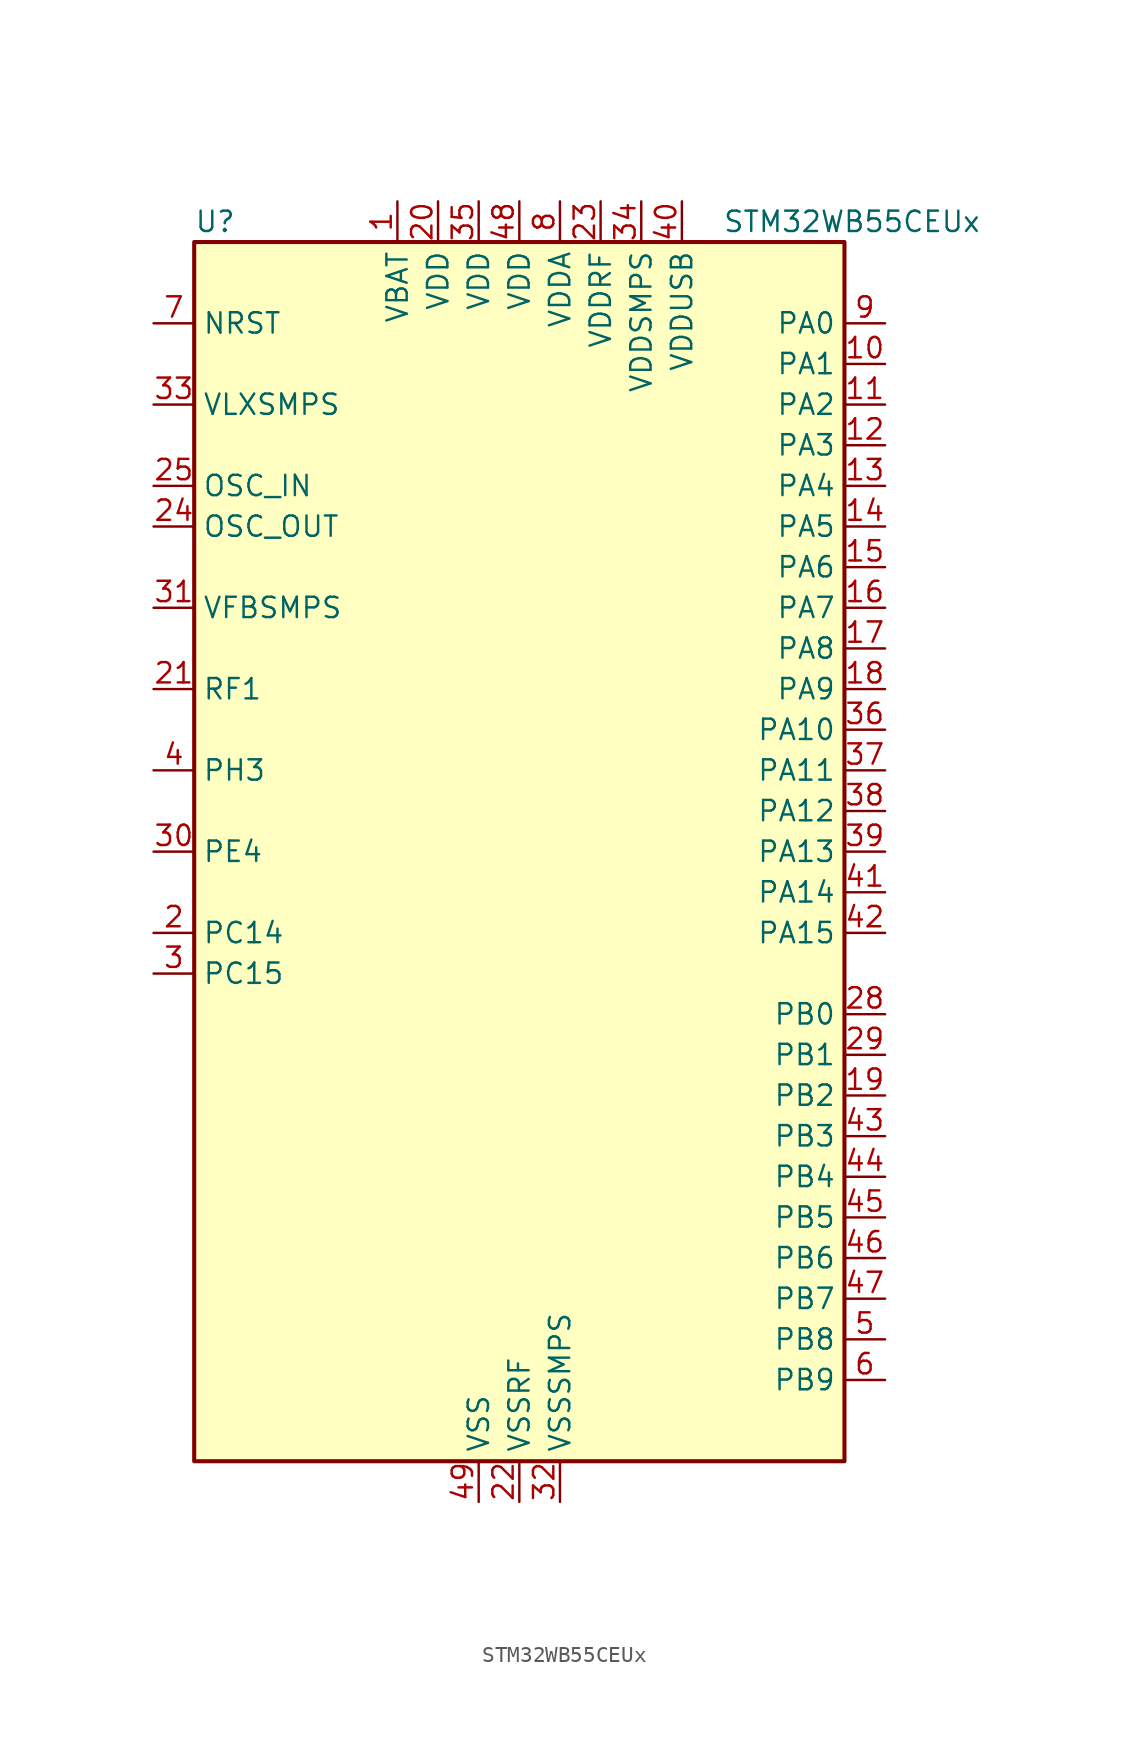
<source format=kicad_sym>
(kicad_symbol_lib
  (version 20241209)
  (generator "kicad_symbol_editor")
  (generator_version "9.0")
  (symbol "STM32WB55CEUx"
    (property "Reference" "U"
      (at -20.32 39.37 0)
      (effects (font (size 1.27 1.27)) (justify left)))
    (property "Value" "STM32WB55CEUx"
      (at 12.7 39.37 0)
      (effects (font (size 1.27 1.27)) (justify left)))
    (symbol "STM32WB55CEUx_0_1"
      (rectangle (start -20.32 -38.1) (end 20.32 38.1) (stroke (width 0.254) (type default)) (fill (type background))))
    (symbol "STM32WB55CEUx_1_1"
      (pin input line (at -22.86 33.02 0) (length 2.54) (name "NRST" (effects (font (size 1.27 1.27)))) (number "7" (effects (font (size 1.27 1.27)))))
      (pin power_in line (at -22.86 27.94 0) (length 2.54) (name "VLXSMPS" (effects (font (size 1.27 1.27)))) (number "33" (effects (font (size 1.27 1.27)))))
      (pin input line (at -22.86 22.86 0) (length 2.54) (name "OSC_IN" (effects (font (size 1.27 1.27)))) (number "25" (effects (font (size 1.27 1.27)))) (alternate "RCC_OSC_IN" bidirectional line))
      (pin input line (at -22.86 20.32 0) (length 2.54) (name "OSC_OUT" (effects (font (size 1.27 1.27)))) (number "24" (effects (font (size 1.27 1.27)))) (alternate "RCC_OSC_OUT" bidirectional line))
      (pin input line (at -22.86 15.24 0) (length 2.54) (name "VFBSMPS" (effects (font (size 1.27 1.27)))) (number "31" (effects (font (size 1.27 1.27)))))
      (pin bidirectional line (at -22.86 10.16 0) (length 2.54) (name "RF1" (effects (font (size 1.27 1.27)))) (number "21" (effects (font (size 1.27 1.27)))) (alternate "RF_RF1" bidirectional line))
      (pin bidirectional line (at -22.86 5.08 0) (length 2.54) (name "PH3" (effects (font (size 1.27 1.27)))) (number "4" (effects (font (size 1.27 1.27)))) (alternate "RCC_LSCO" bidirectional line))
      (pin bidirectional line (at -22.86 0 0) (length 2.54) (name "PE4" (effects (font (size 1.27 1.27)))) (number "30" (effects (font (size 1.27 1.27)))))
      (pin bidirectional line (at -22.86 -5.08 0) (length 2.54) (name "PC14" (effects (font (size 1.27 1.27)))) (number "2" (effects (font (size 1.27 1.27)))) (alternate "RCC_OSC32_IN" bidirectional line))
      (pin bidirectional line (at -22.86 -7.62 0) (length 2.54) (name "PC15" (effects (font (size 1.27 1.27)))) (number "3" (effects (font (size 1.27 1.27)))) (alternate "ADC1_EXTI15" bidirectional line) (alternate "RCC_OSC32_OUT" bidirectional line))
      (pin no_connect line (at -20.32 -35.56 0) (length 2.54) (hide yes) (name "AT1" (effects (font (size 1.27 1.27)))) (number "27" (effects (font (size 1.27 1.27)))))
      (pin no_connect line (at -20.32 -38.1 0) (length 2.54) (hide yes) (name "AT0" (effects (font (size 1.27 1.27)))) (number "26" (effects (font (size 1.27 1.27)))))
      (pin power_in line (at -7.62 40.64 270) (length 2.54) (name "VBAT" (effects (font (size 1.27 1.27)))) (number "1" (effects (font (size 1.27 1.27)))))
      (pin power_in line (at -5.08 40.64 270) (length 2.54) (name "VDD" (effects (font (size 1.27 1.27)))) (number "20" (effects (font (size 1.27 1.27)))))
      (pin power_in line (at -2.54 40.64 270) (length 2.54) (name "VDD" (effects (font (size 1.27 1.27)))) (number "35" (effects (font (size 1.27 1.27)))))
      (pin power_in line (at -2.54 -40.64 90) (length 2.54) (name "VSS" (effects (font (size 1.27 1.27)))) (number "49" (effects (font (size 1.27 1.27)))))
      (pin power_in line (at 0 40.64 270) (length 2.54) (name "VDD" (effects (font (size 1.27 1.27)))) (number "48" (effects (font (size 1.27 1.27)))))
      (pin power_in line (at 0 -40.64 90) (length 2.54) (name "VSSRF" (effects (font (size 1.27 1.27)))) (number "22" (effects (font (size 1.27 1.27)))))
      (pin power_in line (at 2.54 40.64 270) (length 2.54) (name "VDDA" (effects (font (size 1.27 1.27)))) (number "8" (effects (font (size 1.27 1.27)))))
      (pin power_in line (at 2.54 -40.64 90) (length 2.54) (name "VSSSMPS" (effects (font (size 1.27 1.27)))) (number "32" (effects (font (size 1.27 1.27)))))
      (pin power_in line (at 5.08 40.64 270) (length 2.54) (name "VDDRF" (effects (font (size 1.27 1.27)))) (number "23" (effects (font (size 1.27 1.27)))))
      (pin power_in line (at 7.62 40.64 270) (length 2.54) (name "VDDSMPS" (effects (font (size 1.27 1.27)))) (number "34" (effects (font (size 1.27 1.27)))))
      (pin power_in line (at 10.16 40.64 270) (length 2.54) (name "VDDUSB" (effects (font (size 1.27 1.27)))) (number "40" (effects (font (size 1.27 1.27)))))
      (pin bidirectional line (at 22.86 33.02 180) (length 2.54) (name "PA0" (effects (font (size 1.27 1.27)))) (number "9" (effects (font (size 1.27 1.27)))) (alternate "ADC1_IN5" bidirectional line) (alternate "COMP1_INM" bidirectional line) (alternate "COMP1_OUT" bidirectional line) (alternate "RTC_TAMP2" bidirectional line) (alternate "SAI1_EXTCLK" bidirectional line) (alternate "SYS_WKUP1" bidirectional line) (alternate "TIM2_CH1" bidirectional line) (alternate "TIM2_ETR" bidirectional line))
      (pin bidirectional line (at 22.86 30.48 180) (length 2.54) (name "PA1" (effects (font (size 1.27 1.27)))) (number "10" (effects (font (size 1.27 1.27)))) (alternate "ADC1_IN6" bidirectional line) (alternate "COMP1_INP" bidirectional line) (alternate "I2C1_SMBA" bidirectional line) (alternate "LCD_SEG0" bidirectional line) (alternate "SPI1_SCK" bidirectional line) (alternate "TIM2_CH2" bidirectional line))
      (pin bidirectional line (at 22.86 27.94 180) (length 2.54) (name "PA2" (effects (font (size 1.27 1.27)))) (number "11" (effects (font (size 1.27 1.27)))) (alternate "ADC1_IN7" bidirectional line) (alternate "COMP2_INM" bidirectional line) (alternate "COMP2_OUT" bidirectional line) (alternate "LCD_SEG1" bidirectional line) (alternate "LPUART1_TX" bidirectional line) (alternate "QUADSPI_BK1_NCS" bidirectional line) (alternate "RCC_LSCO" bidirectional line) (alternate "SYS_WKUP4" bidirectional line) (alternate "TIM2_CH3" bidirectional line))
      (pin bidirectional line (at 22.86 25.4 180) (length 2.54) (name "PA3" (effects (font (size 1.27 1.27)))) (number "12" (effects (font (size 1.27 1.27)))) (alternate "ADC1_IN8" bidirectional line) (alternate "COMP2_INP" bidirectional line) (alternate "LCD_SEG2" bidirectional line) (alternate "LPUART1_RX" bidirectional line) (alternate "QUADSPI_CLK" bidirectional line) (alternate "SAI1_CK1" bidirectional line) (alternate "SAI1_MCLK_A" bidirectional line) (alternate "TIM2_CH4" bidirectional line))
      (pin bidirectional line (at 22.86 22.86 180) (length 2.54) (name "PA4" (effects (font (size 1.27 1.27)))) (number "13" (effects (font (size 1.27 1.27)))) (alternate "ADC1_IN9" bidirectional line) (alternate "COMP1_INM" bidirectional line) (alternate "COMP2_INM" bidirectional line) (alternate "LCD_SEG5" bidirectional line) (alternate "LPTIM2_OUT" bidirectional line) (alternate "SAI1_FS_B" bidirectional line) (alternate "SPI1_NSS" bidirectional line))
      (pin bidirectional line (at 22.86 20.32 180) (length 2.54) (name "PA5" (effects (font (size 1.27 1.27)))) (number "14" (effects (font (size 1.27 1.27)))) (alternate "ADC1_IN10" bidirectional line) (alternate "COMP1_INM" bidirectional line) (alternate "COMP2_INM" bidirectional line) (alternate "LPTIM2_ETR" bidirectional line) (alternate "SAI1_SD_B" bidirectional line) (alternate "SPI1_SCK" bidirectional line) (alternate "TIM2_CH1" bidirectional line) (alternate "TIM2_ETR" bidirectional line))
      (pin bidirectional line (at 22.86 17.78 180) (length 2.54) (name "PA6" (effects (font (size 1.27 1.27)))) (number "15" (effects (font (size 1.27 1.27)))) (alternate "ADC1_IN11" bidirectional line) (alternate "LCD_SEG3" bidirectional line) (alternate "LPUART1_CTS" bidirectional line) (alternate "QUADSPI_BK1_IO3" bidirectional line) (alternate "SPI1_MISO" bidirectional line) (alternate "TIM16_CH1" bidirectional line) (alternate "TIM1_BKIN" bidirectional line))
      (pin bidirectional line (at 22.86 15.24 180) (length 2.54) (name "PA7" (effects (font (size 1.27 1.27)))) (number "16" (effects (font (size 1.27 1.27)))) (alternate "ADC1_IN12" bidirectional line) (alternate "COMP2_OUT" bidirectional line) (alternate "I2C3_SCL" bidirectional line) (alternate "LCD_SEG4" bidirectional line) (alternate "QUADSPI_BK1_IO2" bidirectional line) (alternate "SPI1_MOSI" bidirectional line) (alternate "TIM17_CH1" bidirectional line) (alternate "TIM1_CH1N" bidirectional line))
      (pin bidirectional line (at 22.86 12.7 180) (length 2.54) (name "PA8" (effects (font (size 1.27 1.27)))) (number "17" (effects (font (size 1.27 1.27)))) (alternate "ADC1_IN15" bidirectional line) (alternate "LCD_COM0" bidirectional line) (alternate "LPTIM2_OUT" bidirectional line) (alternate "RCC_MCO" bidirectional line) (alternate "SAI1_CK2" bidirectional line) (alternate "SAI1_SCK_A" bidirectional line) (alternate "TIM1_CH1" bidirectional line) (alternate "USART1_CK" bidirectional line))
      (pin bidirectional line (at 22.86 10.16 180) (length 2.54) (name "PA9" (effects (font (size 1.27 1.27)))) (number "18" (effects (font (size 1.27 1.27)))) (alternate "ADC1_IN16" bidirectional line) (alternate "COMP1_INM" bidirectional line) (alternate "I2C1_SCL" bidirectional line) (alternate "LCD_COM1" bidirectional line) (alternate "SAI1_D2" bidirectional line) (alternate "SAI1_FS_A" bidirectional line) (alternate "TIM1_CH2" bidirectional line) (alternate "USART1_TX" bidirectional line))
      (pin bidirectional line (at 22.86 7.62 180) (length 2.54) (name "PA10" (effects (font (size 1.27 1.27)))) (number "36" (effects (font (size 1.27 1.27)))) (alternate "CRS_SYNC" bidirectional line) (alternate "I2C1_SDA" bidirectional line) (alternate "LCD_COM2" bidirectional line) (alternate "SAI1_D1" bidirectional line) (alternate "SAI1_SD_A" bidirectional line) (alternate "TIM17_BKIN" bidirectional line) (alternate "TIM1_CH3" bidirectional line) (alternate "USART1_RX" bidirectional line))
      (pin bidirectional line (at 22.86 5.08 180) (length 2.54) (name "PA11" (effects (font (size 1.27 1.27)))) (number "37" (effects (font (size 1.27 1.27)))) (alternate "ADC1_EXTI11" bidirectional line) (alternate "SPI1_MISO" bidirectional line) (alternate "TIM1_BKIN2" bidirectional line) (alternate "TIM1_CH4" bidirectional line) (alternate "USART1_CTS" bidirectional line) (alternate "USART1_NSS" bidirectional line) (alternate "USB_DM" bidirectional line))
      (pin bidirectional line (at 22.86 2.54 180) (length 2.54) (name "PA12" (effects (font (size 1.27 1.27)))) (number "38" (effects (font (size 1.27 1.27)))) (alternate "LPUART1_RX" bidirectional line) (alternate "SPI1_MOSI" bidirectional line) (alternate "TIM1_ETR" bidirectional line) (alternate "USART1_DE" bidirectional line) (alternate "USART1_RTS" bidirectional line) (alternate "USB_DP" bidirectional line))
      (pin bidirectional line (at 22.86 0 180) (length 2.54) (name "PA13" (effects (font (size 1.27 1.27)))) (number "39" (effects (font (size 1.27 1.27)))) (alternate "IR_OUT" bidirectional line) (alternate "SAI1_SD_B" bidirectional line) (alternate "SYS_JTMS-SWDIO" bidirectional line) (alternate "USB_NOE" bidirectional line))
      (pin bidirectional line (at 22.86 -2.54 180) (length 2.54) (name "PA14" (effects (font (size 1.27 1.27)))) (number "41" (effects (font (size 1.27 1.27)))) (alternate "I2C1_SMBA" bidirectional line) (alternate "LCD_SEG5" bidirectional line) (alternate "LPTIM1_OUT" bidirectional line) (alternate "SAI1_FS_B" bidirectional line) (alternate "SYS_JTCK-SWCLK" bidirectional line))
      (pin bidirectional line (at 22.86 -5.08 180) (length 2.54) (name "PA15" (effects (font (size 1.27 1.27)))) (number "42" (effects (font (size 1.27 1.27)))) (alternate "ADC1_EXTI15" bidirectional line) (alternate "LCD_SEG17" bidirectional line) (alternate "RCC_MCO" bidirectional line) (alternate "SPI1_NSS" bidirectional line) (alternate "SYS_JTDI" bidirectional line) (alternate "TIM2_CH1" bidirectional line) (alternate "TIM2_ETR" bidirectional line))
      (pin bidirectional line (at 22.86 -10.16 180) (length 2.54) (name "PB0" (effects (font (size 1.27 1.27)))) (number "28" (effects (font (size 1.27 1.27)))) (alternate "COMP1_OUT" bidirectional line) (alternate "RF_TX_MOD_EXT_PA" bidirectional line))
      (pin bidirectional line (at 22.86 -12.7 180) (length 2.54) (name "PB1" (effects (font (size 1.27 1.27)))) (number "29" (effects (font (size 1.27 1.27)))) (alternate "LPTIM2_IN1" bidirectional line) (alternate "LPUART1_DE" bidirectional line) (alternate "LPUART1_RTS" bidirectional line))
      (pin bidirectional line (at 22.86 -15.24 180) (length 2.54) (name "PB2" (effects (font (size 1.27 1.27)))) (number "19" (effects (font (size 1.27 1.27)))) (alternate "COMP1_INP" bidirectional line) (alternate "I2C3_SMBA" bidirectional line) (alternate "LCD_VLCD" bidirectional line) (alternate "LPTIM1_OUT" bidirectional line) (alternate "RTC_OUT2" bidirectional line) (alternate "SAI1_EXTCLK" bidirectional line) (alternate "SPI1_NSS" bidirectional line))
      (pin bidirectional line (at 22.86 -17.78 180) (length 2.54) (name "PB3" (effects (font (size 1.27 1.27)))) (number "43" (effects (font (size 1.27 1.27)))) (alternate "COMP2_INM" bidirectional line) (alternate "LCD_SEG7" bidirectional line) (alternate "SAI1_SCK_B" bidirectional line) (alternate "SPI1_SCK" bidirectional line) (alternate "SYS_JTDO-SWO" bidirectional line) (alternate "TIM2_CH2" bidirectional line) (alternate "USART1_DE" bidirectional line) (alternate "USART1_RTS" bidirectional line))
      (pin bidirectional line (at 22.86 -20.32 180) (length 2.54) (name "PB4" (effects (font (size 1.27 1.27)))) (number "44" (effects (font (size 1.27 1.27)))) (alternate "COMP2_INP" bidirectional line) (alternate "I2C3_SDA" bidirectional line) (alternate "LCD_SEG8" bidirectional line) (alternate "SAI1_MCLK_B" bidirectional line) (alternate "SPI1_MISO" bidirectional line) (alternate "SYS_JTRST" bidirectional line) (alternate "TIM17_BKIN" bidirectional line) (alternate "USART1_CTS" bidirectional line) (alternate "USART1_NSS" bidirectional line))
      (pin bidirectional line (at 22.86 -22.86 180) (length 2.54) (name "PB5" (effects (font (size 1.27 1.27)))) (number "45" (effects (font (size 1.27 1.27)))) (alternate "COMP2_OUT" bidirectional line) (alternate "I2C1_SMBA" bidirectional line) (alternate "LCD_SEG9" bidirectional line) (alternate "LPTIM1_IN1" bidirectional line) (alternate "LPUART1_TX" bidirectional line) (alternate "SAI1_SD_B" bidirectional line) (alternate "SPI1_MOSI" bidirectional line) (alternate "TIM16_BKIN" bidirectional line) (alternate "USART1_CK" bidirectional line))
      (pin bidirectional line (at 22.86 -25.4 180) (length 2.54) (name "PB6" (effects (font (size 1.27 1.27)))) (number "46" (effects (font (size 1.27 1.27)))) (alternate "COMP2_INP" bidirectional line) (alternate "I2C1_SCL" bidirectional line) (alternate "LCD_SEG6" bidirectional line) (alternate "LPTIM1_ETR" bidirectional line) (alternate "RCC_MCO" bidirectional line) (alternate "SAI1_FS_B" bidirectional line) (alternate "TIM16_CH1N" bidirectional line) (alternate "USART1_TX" bidirectional line))
      (pin bidirectional line (at 22.86 -27.94 180) (length 2.54) (name "PB7" (effects (font (size 1.27 1.27)))) (number "47" (effects (font (size 1.27 1.27)))) (alternate "COMP2_INM" bidirectional line) (alternate "I2C1_SDA" bidirectional line) (alternate "LCD_SEG21" bidirectional line) (alternate "LPTIM1_IN2" bidirectional line) (alternate "SYS_PVD_IN" bidirectional line) (alternate "TIM17_CH1N" bidirectional line) (alternate "TIM1_BKIN" bidirectional line) (alternate "USART1_RX" bidirectional line))
      (pin bidirectional line (at 22.86 -30.48 180) (length 2.54) (name "PB8" (effects (font (size 1.27 1.27)))) (number "5" (effects (font (size 1.27 1.27)))) (alternate "I2C1_SCL" bidirectional line) (alternate "LCD_SEG16" bidirectional line) (alternate "QUADSPI_BK1_IO1" bidirectional line) (alternate "SAI1_CK1" bidirectional line) (alternate "SAI1_MCLK_A" bidirectional line) (alternate "TIM16_CH1" bidirectional line) (alternate "TIM1_CH2N" bidirectional line))
      (pin bidirectional line (at 22.86 -33.02 180) (length 2.54) (name "PB9" (effects (font (size 1.27 1.27)))) (number "6" (effects (font (size 1.27 1.27)))) (alternate "I2C1_SDA" bidirectional line) (alternate "IR_OUT" bidirectional line) (alternate "LCD_COM3" bidirectional line) (alternate "QUADSPI_BK1_IO0" bidirectional line) (alternate "SAI1_D2" bidirectional line) (alternate "SAI1_FS_A" bidirectional line) (alternate "TIM17_CH1" bidirectional line) (alternate "TIM1_CH3N" bidirectional line)))))
</source>
